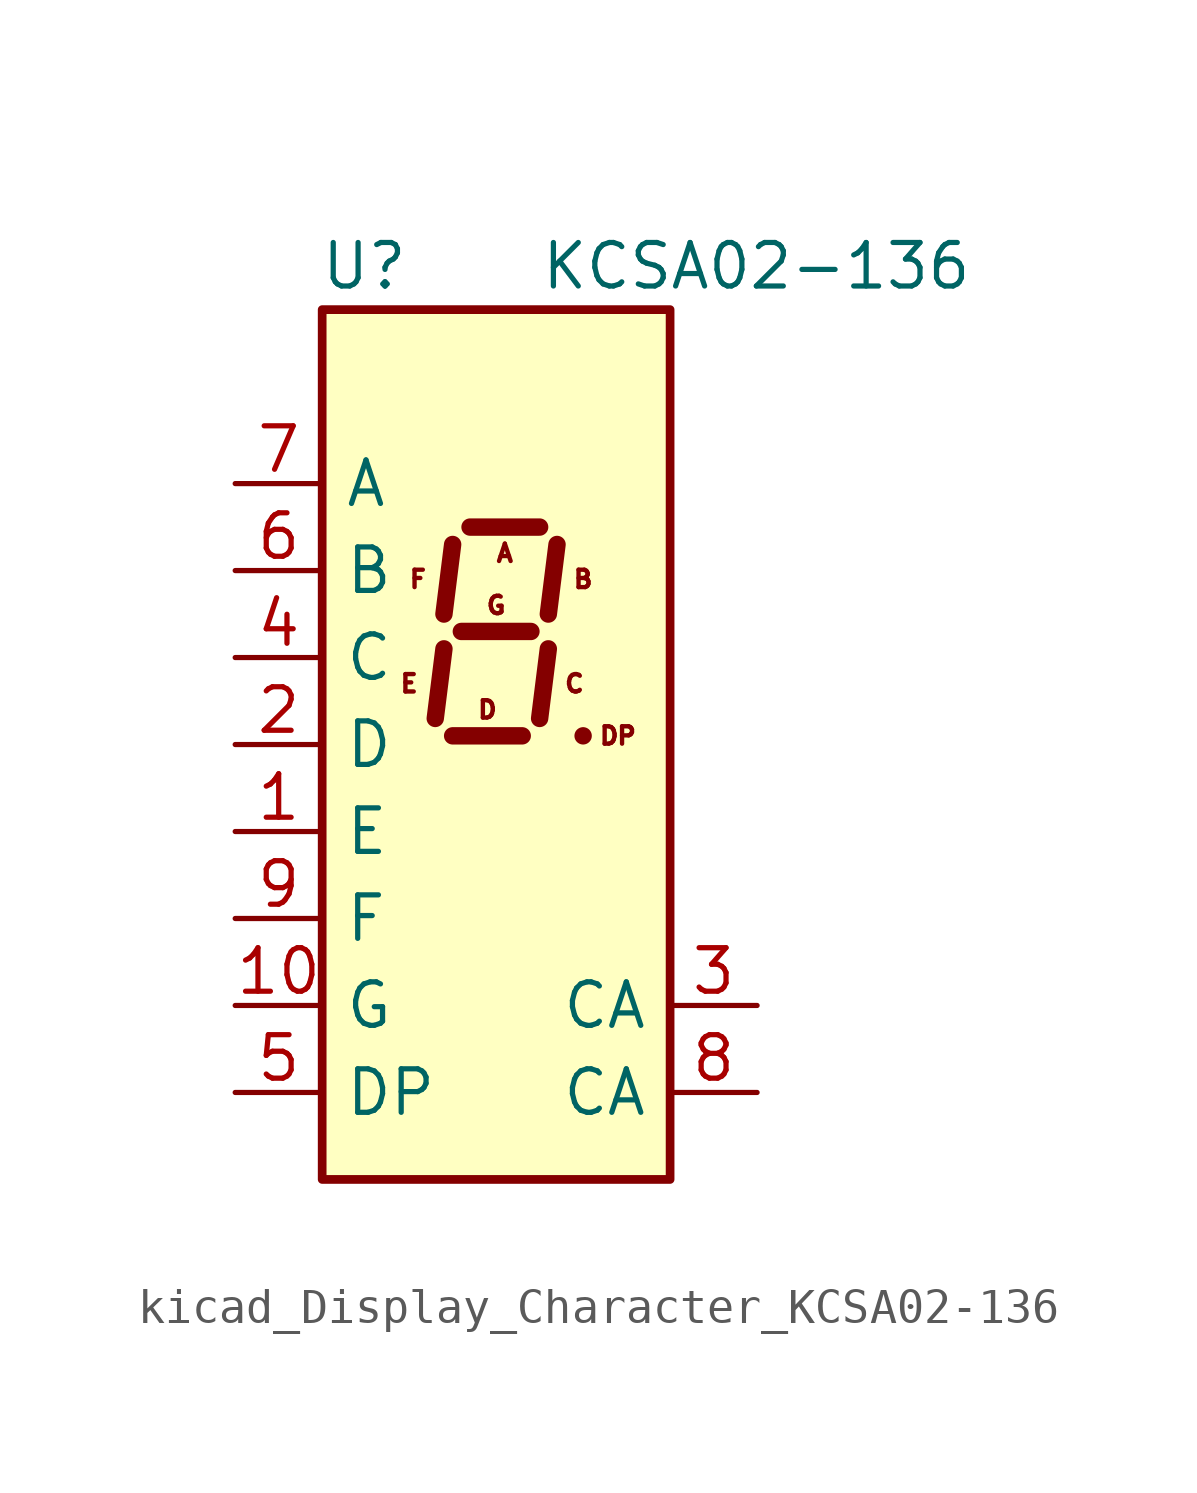
<source format=kicad_sym>
(kicad_symbol_lib
  (version 20220914)
  (generator kicad_symbol_editor)
  (symbol "kicad_Display_Character_KCSA02-136"
    (pin_names
      (offset 0.635))
    (property "Reference" "U"
      (at -2.54 13.97 0)
      (effects (font (size 1.27 1.27)) (justify right)))
    (property "Value" "KCSA02-136"
      (at 1.27 13.97 0)
      (effects (font (size 1.27 1.27)) (justify left)))
    (symbol "kicad_Display_Character_KCSA02-136_0_0"
      (text "A" (at 0.254 5.588 0) (effects (font (size 0.508 0.508))))
      (text "B" (at 2.54 4.826 0) (effects (font (size 0.508 0.508))))
      (text "C" (at 2.286 1.778 0) (effects (font (size 0.508 0.508))))
      (text "D" (at -0.254 1.016 0) (effects (font (size 0.508 0.508))))
      (text "DP" (at 3.556 0.254 0) (effects (font (size 0.508 0.508))))
      (text "E" (at -2.54 1.778 0) (effects (font (size 0.508 0.508))))
      (text "F" (at -2.286 4.826 0) (effects (font (size 0.508 0.508))))
      (text "G" (at 0 4.064 0) (effects (font (size 0.508 0.508)))))
    (symbol "kicad_Display_Character_KCSA02-136_0_1"
      (rectangle (start -5.08 12.7) (end 5.08 -12.7) (stroke (width 0.254) (type default)) (fill (type background)))
      (polyline (pts (xy -1.524 2.794) (xy -1.778 0.762)) (stroke (width 0.508) (type default)) (fill (type none)))
      (polyline (pts (xy -1.27 0.254) (xy 0.762 0.254)) (stroke (width 0.508) (type default)) (fill (type none)))
      (polyline (pts (xy -1.27 5.842) (xy -1.524 3.81)) (stroke (width 0.508) (type default)) (fill (type none)))
      (polyline (pts (xy -1.016 3.302) (xy 1.016 3.302)) (stroke (width 0.508) (type default)) (fill (type none)))
      (polyline (pts (xy -0.762 6.35) (xy 1.27 6.35)) (stroke (width 0.508) (type default)) (fill (type none)))
      (polyline (pts (xy 1.524 2.794) (xy 1.27 0.762)) (stroke (width 0.508) (type default)) (fill (type none)))
      (polyline (pts (xy 1.778 5.842) (xy 1.524 3.81)) (stroke (width 0.508) (type default)) (fill (type none)))
      (polyline (pts (xy 2.54 0.254) (xy 2.54 0.254)) (stroke (width 0.508) (type default)) (fill (type none))))
    (symbol "kicad_Display_Character_KCSA02-136_1_1"
      (pin input line (at -7.62 -2.54 0) (length 2.54) (name "E" (effects (font (size 1.27 1.27)))) (number "1" (effects (font (size 1.27 1.27)))))
      (pin input line (at -7.62 -7.62 0) (length 2.54) (name "G" (effects (font (size 1.27 1.27)))) (number "10" (effects (font (size 1.27 1.27)))))
      (pin input line (at -7.62 0 0) (length 2.54) (name "D" (effects (font (size 1.27 1.27)))) (number "2" (effects (font (size 1.27 1.27)))))
      (pin input line (at 7.62 -7.62 180) (length 2.54) (name "CA" (effects (font (size 1.27 1.27)))) (number "3" (effects (font (size 1.27 1.27)))))
      (pin input line (at -7.62 2.54 0) (length 2.54) (name "C" (effects (font (size 1.27 1.27)))) (number "4" (effects (font (size 1.27 1.27)))))
      (pin input line (at -7.62 -10.16 0) (length 2.54) (name "DP" (effects (font (size 1.27 1.27)))) (number "5" (effects (font (size 1.27 1.27)))))
      (pin input line (at -7.62 5.08 0) (length 2.54) (name "B" (effects (font (size 1.27 1.27)))) (number "6" (effects (font (size 1.27 1.27)))))
      (pin input line (at -7.62 7.62 0) (length 2.54) (name "A" (effects (font (size 1.27 1.27)))) (number "7" (effects (font (size 1.27 1.27)))))
      (pin input line (at 7.62 -10.16 180) (length 2.54) (name "CA" (effects (font (size 1.27 1.27)))) (number "8" (effects (font (size 1.27 1.27)))))
      (pin input line (at -7.62 -5.08 0) (length 2.54) (name "F" (effects (font (size 1.27 1.27)))) (number "9" (effects (font (size 1.27 1.27))))))))
</source>
